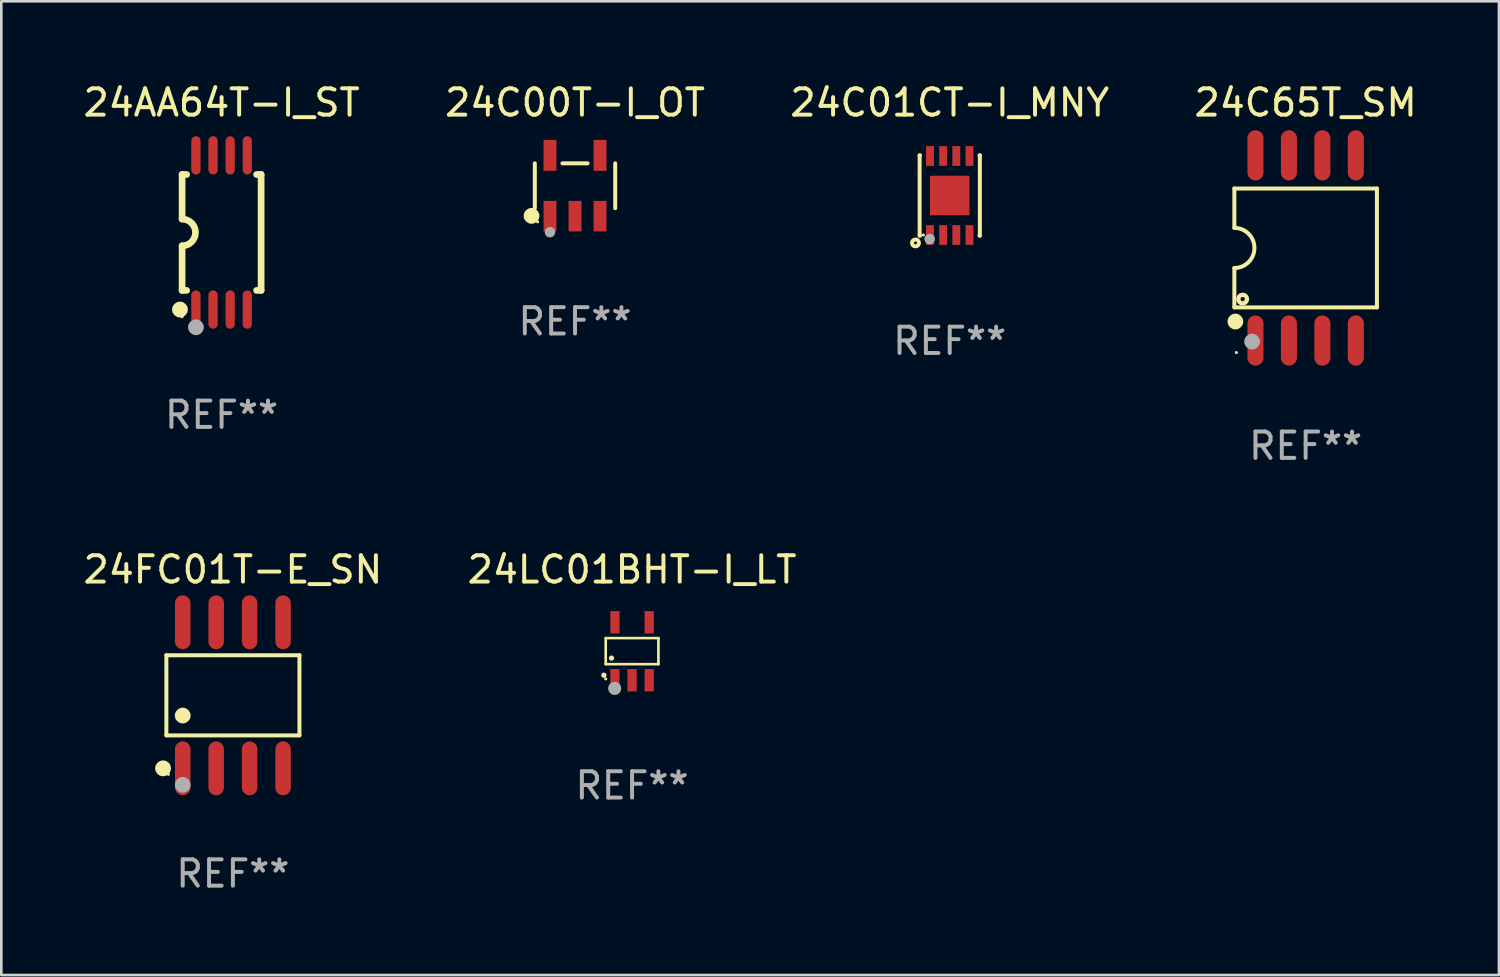
<source format=kicad_pcb>
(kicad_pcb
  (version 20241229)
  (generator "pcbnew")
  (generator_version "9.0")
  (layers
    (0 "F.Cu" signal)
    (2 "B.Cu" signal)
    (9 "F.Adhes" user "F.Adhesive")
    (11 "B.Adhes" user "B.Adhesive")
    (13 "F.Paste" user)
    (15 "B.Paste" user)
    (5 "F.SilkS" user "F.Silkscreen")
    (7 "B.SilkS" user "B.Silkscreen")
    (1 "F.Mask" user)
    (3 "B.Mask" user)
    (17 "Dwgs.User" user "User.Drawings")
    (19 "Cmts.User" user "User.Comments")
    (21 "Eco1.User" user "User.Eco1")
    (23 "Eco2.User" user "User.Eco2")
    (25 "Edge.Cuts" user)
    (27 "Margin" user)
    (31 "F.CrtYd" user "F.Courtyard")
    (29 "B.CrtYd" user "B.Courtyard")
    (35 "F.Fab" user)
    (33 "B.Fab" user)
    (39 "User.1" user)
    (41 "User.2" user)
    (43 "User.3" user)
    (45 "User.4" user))
  (footprint "24LC01BHT-I_LT"
    (layer "F.Cu")
    (at 20.946 21.675)
    (property "Reference" "24LC01BHT-I_LT" (at 0 -3.1 0) (layer "F.SilkS") (effects (font (size 1 1) (thickness 0.15))))
    (attr through_hole)
    (fp_line (start -1 -0.5) (end -1 0.49) (stroke (width 0.1) (type solid)) (layer "F.SilkS"))
    (fp_line (start -1 0.49) (end 1 0.49) (stroke (width 0.1) (type solid)) (layer "F.SilkS"))
    (fp_line (start 0.99 -0.5) (end -1 -0.5) (stroke (width 0.1) (type solid)) (layer "F.SilkS"))
    (fp_line (start 1 -0.49) (end 0.99 -0.5) (stroke (width 0.1) (type solid)) (layer "F.SilkS"))
    (fp_line (start 1 0.49) (end 1 -0.49) (stroke (width 0.1) (type solid)) (layer "F.SilkS"))
    (fp_circle (center -1.07 0.91) (end -1.02 0.91) (stroke (width 0.1) (type solid)) (fill no) (layer "F.SilkS"))
    (fp_circle (center -1 1.05) (end -0.97 1.05) (stroke (width 0.06) (type solid)) (fill no) (layer "F.SilkS"))
    (fp_circle (center -0.78 0.26) (end -0.73 0.26) (stroke (width 0.1) (type solid)) (fill no) (layer "F.SilkS"))
    (fp_circle (center -0.66 1.41) (end -0.535 1.41) (stroke (width 0.25) (type solid)) (fill no) (layer "F.Fab"))
    (fp_text user "REF**" (at 0 5.1 0) (layer "F.Fab") (effects (font (size 1 1) (thickness 0.15))))
    (pad "1" smd rect (at -0.65 1.1) (size 0.35 0.85) (layers "F.Cu" "F.Mask" "F.Paste"))
    (pad "2" smd rect (at 0.000051 1.1) (size 0.35 0.85) (layers "F.Cu" "F.Mask" "F.Paste"))
    (pad "3" smd rect (at 0.65 1.1) (size 0.35 0.85) (layers "F.Cu" "F.Mask" "F.Paste"))
    (pad "4" smd rect (at 0.65 -1.1) (size 0.35 0.85) (layers "F.Cu" "F.Mask" "F.Paste"))
    (pad "5" smd rect (at -0.65 -1.1) (size 0.35 0.85) (layers "F.Cu" "F.Mask" "F.Paste")))
  (footprint "24C01CT-I_MNY"
    (layer "F.Cu")
    (at 33.006 4.372)
    (property "Reference" "24C01CT-I_MNY" (at 0 -3.524 0) (layer "F.SilkS") (effects (font (size 1 1) (thickness 0.15))))
    (attr through_hole)
    (fp_line (start -1.143 -1.524) (end -1.143 1.524) (stroke (width 0.15) (type solid)) (layer "F.SilkS"))
    (fp_line (start -1.143 1.524) (end -1.129 1.524) (stroke (width 0.15) (type solid)) (layer "F.SilkS"))
    (fp_line (start -1.129 -1.524) (end -1.143 -1.524) (stroke (width 0.15) (type solid)) (layer "F.SilkS"))
    (fp_line (start 1.129 1.524) (end 1.143 1.524) (stroke (width 0.15) (type solid)) (layer "F.SilkS"))
    (fp_line (start 1.143 -1.524) (end 1.129 -1.524) (stroke (width 0.15) (type solid)) (layer "F.SilkS"))
    (fp_line (start 1.143 1.524) (end 1.143 -1.524) (stroke (width 0.15) (type solid)) (layer "F.SilkS"))
    (fp_circle (center -1.3 1.8) (end -1.243 1.8) (stroke (width 0.15) (type solid)) (fill no) (layer "F.SilkS"))
    (fp_circle (center -1 1.5) (end -0.97 1.5) (stroke (width 0.06) (type solid)) (fill no) (layer "F.SilkS"))
    (fp_circle (center -0.762 1.651) (end -0.662 1.651) (stroke (width 0.2) (type solid)) (fill no) (layer "F.Fab"))
    (fp_text user "REF**" (at 0 5.524 0) (layer "F.Fab") (effects (font (size 1 1) (thickness 0.15))))
    (pad "1" smd rect (at -0.75 1.5 90) (size 0.75 0.3) (layers "F.Cu" "F.Mask" "F.Paste"))
    (pad "2" smd rect (at -0.25 1.5 90) (size 0.75 0.3) (layers "F.Cu" "F.Mask" "F.Paste"))
    (pad "3" smd rect (at 0.25 1.5 90) (size 0.75 0.3) (layers "F.Cu" "F.Mask" "F.Paste"))
    (pad "4" smd rect (at 0.75 1.5 90) (size 0.75 0.3) (layers "F.Cu" "F.Mask" "F.Paste"))
    (pad "5" smd rect (at 0.75 -1.5 90) (size 0.75 0.3) (layers "F.Cu" "F.Mask" "F.Paste"))
    (pad "6" smd rect (at 0.25 -1.5 90) (size 0.75 0.3) (layers "F.Cu" "F.Mask" "F.Paste"))
    (pad "7" smd rect (at -0.25 -1.5 90) (size 0.75 0.3) (layers "F.Cu" "F.Mask" "F.Paste"))
    (pad "8" smd rect (at -0.75 -1.5 90) (size 0.75 0.3) (layers "F.Cu" "F.Mask" "F.Paste"))
    (pad "9" smd rect (at -0.000203 0.000457 90) (size 1.5 1.5) (layers "F.Cu" "F.Mask" "F.Paste")))
  (footprint "24C00T-I_OT"
    (layer "F.Cu")
    (at 18.78 4.002)
    (property "Reference" "24C00T-I_OT" (at 0 -3.154 0) (layer "F.SilkS") (effects (font (size 1 1) (thickness 0.15))))
    (attr through_hole)
    (fp_line (start -1.526 0.851) (end -1.526 -0.851) (stroke (width 0.152) (type solid)) (layer "F.SilkS"))
    (fp_line (start 0.476 -0.851) (end -0.476 -0.851) (stroke (width 0.152) (type solid)) (layer "F.SilkS"))
    (fp_line (start 1.526 0.851) (end 1.526 -0.851) (stroke (width 0.152) (type solid)) (layer "F.SilkS"))
    (fp_circle (center -1.651 1.143) (end -1.501 1.143) (stroke (width 0.3) (type solid)) (fill no) (layer "F.SilkS"))
    (fp_circle (center -1.42 1.37) (end -1.39 1.37) (stroke (width 0.06) (type solid)) (fill no) (layer "F.SilkS"))
    (fp_circle (center -0.95 1.763) (end -0.85 1.763) (stroke (width 0.2) (type solid)) (fill no) (layer "F.Fab"))
    (fp_text user "REF**" (at 0 5.154 0) (layer "F.Fab") (effects (font (size 1 1) (thickness 0.15))))
    (pad "1" smd rect (at -0.95 1.154) (size 0.49 1.157) (layers "F.Cu" "F.Mask" "F.Paste"))
    (pad "2" smd rect (at 0 1.154) (size 0.49 1.157) (layers "F.Cu" "F.Mask" "F.Paste"))
    (pad "3" smd rect (at 0.95 1.154) (size 0.49 1.157) (layers "F.Cu" "F.Mask" "F.Paste"))
    (pad "4" smd rect (at 0.95 -1.154) (size 0.49 1.175) (layers "F.Cu" "F.Mask" "F.Paste"))
    (pad "5" smd rect (at -0.95 -1.154) (size 0.49 1.175) (layers "F.Cu" "F.Mask" "F.Paste")))
  (footprint "24C65T_SM"
    (layer "F.Cu")
    (at 46.518 6.363)
    (property "Reference" "24C65T_SM" (at 0 -5.515 0) (layer "F.SilkS") (effects (font (size 1 1) (thickness 0.15))))
    (attr through_hole)
    (fp_line (start -2.706 -2.256) (end 2.706 -2.256) (stroke (width 0.152) (type solid)) (layer "F.SilkS"))
    (fp_line (start -2.706 -0.762) (end -2.706 -2.256) (stroke (width 0.152) (type solid)) (layer "F.SilkS"))
    (fp_line (start -2.706 0.762) (end -2.706 2.256) (stroke (width 0.152) (type solid)) (layer "F.SilkS"))
    (fp_line (start 2.706 -2.256) (end 2.706 2.256) (stroke (width 0.152) (type solid)) (layer "F.SilkS"))
    (fp_line (start 2.706 2.256) (end -2.706 2.256) (stroke (width 0.152) (type solid)) (layer "F.SilkS"))
    (fp_arc (start -2.706198 -0.762002) (mid -1.944196 0) (end -2.706198 0.762002) (stroke (width 0.151994) (type solid)) (layer "F.SilkS"))
    (fp_circle (center -2.667 2.794) (end -2.517 2.794) (stroke (width 0.3) (type solid)) (fill no) (layer "F.SilkS"))
    (fp_circle (center -2.63 3.97) (end -2.6 3.97) (stroke (width 0.06) (type solid)) (fill no) (layer "F.SilkS"))
    (fp_circle (center -2.391 1.942) (end -2.31 1.942) (stroke (width 0.163) (type solid)) (fill no) (layer "F.SilkS"))
    (fp_circle (center -2.032 3.556) (end -1.882 3.556) (stroke (width 0.3) (type solid)) (fill no) (layer "F.Fab"))
    (fp_text user "REF**" (at 0 7.515 0) (layer "F.Fab") (effects (font (size 1 1) (thickness 0.15))))
    (pad "1" smd oval (at -1.905 3.515) (size 0.609 1.907) (layers "F.Cu" "F.Mask" "F.Paste"))
    (pad "2" smd oval (at -0.635 3.515) (size 0.609 1.907) (layers "F.Cu" "F.Mask" "F.Paste"))
    (pad "3" smd oval (at 0.635 3.515) (size 0.609 1.907) (layers "F.Cu" "F.Mask" "F.Paste"))
    (pad "4" smd oval (at 1.905 3.515) (size 0.609 1.907) (layers "F.Cu" "F.Mask" "F.Paste"))
    (pad "5" smd oval (at 1.905 -3.515) (size 0.609 1.907) (layers "F.Cu" "F.Mask" "F.Paste"))
    (pad "6" smd oval (at 0.635 -3.515) (size 0.609 1.907) (layers "F.Cu" "F.Mask" "F.Paste"))
    (pad "7" smd oval (at -0.635 -3.515) (size 0.609 1.907) (layers "F.Cu" "F.Mask" "F.Paste"))
    (pad "8" smd oval (at -1.905 -3.515) (size 0.609 1.907) (layers "F.Cu" "F.Mask" "F.Paste")))
  (footprint "24FC01T-E_SN"
    (layer "F.Cu")
    (at 5.792 23.347)
    (property "Reference" "24FC01T-E_SN" (at 0 -4.772 0) (layer "F.SilkS") (effects (font (size 1 1) (thickness 0.15))))
    (attr through_hole)
    (fp_line (start -2.526 -1.521) (end 2.526 -1.521) (stroke (width 0.152) (type solid)) (layer "F.SilkS"))
    (fp_line (start -2.526 1.521) (end -2.526 -1.521) (stroke (width 0.152) (type solid)) (layer "F.SilkS"))
    (fp_line (start 2.526 -1.521) (end 2.526 1.521) (stroke (width 0.152) (type solid)) (layer "F.SilkS"))
    (fp_line (start 2.526 1.521) (end -2.526 1.521) (stroke (width 0.152) (type solid)) (layer "F.SilkS"))
    (fp_circle (center -2.652 2.772) (end -2.501 2.772) (stroke (width 0.3) (type solid)) (fill no) (layer "F.SilkS"))
    (fp_circle (center -2.45 3) (end -2.42 3) (stroke (width 0.06) (type solid)) (fill no) (layer "F.SilkS"))
    (fp_circle (center -1.905 0.769) (end -1.755 0.769) (stroke (width 0.3) (type solid)) (fill no) (layer "F.SilkS"))
    (fp_circle (center -1.905 3.4) (end -1.755 3.4) (stroke (width 0.3) (type solid)) (fill no) (layer "F.Fab"))
    (fp_text user "REF**" (at 0 6.772 0) (layer "F.Fab") (effects (font (size 1 1) (thickness 0.15))))
    (pad "1" smd oval (at -1.905 2.772) (size 0.588 2.045) (layers "F.Cu" "F.Mask" "F.Paste"))
    (pad "2" smd oval (at -0.635 2.772) (size 0.588 2.045) (layers "F.Cu" "F.Mask" "F.Paste"))
    (pad "3" smd oval (at 0.635 2.772) (size 0.588 2.045) (layers "F.Cu" "F.Mask" "F.Paste"))
    (pad "4" smd oval (at 1.905 2.772) (size 0.588 2.045) (layers "F.Cu" "F.Mask" "F.Paste"))
    (pad "5" smd oval (at 1.905 -2.772) (size 0.588 2.045) (layers "F.Cu" "F.Mask" "F.Paste"))
    (pad "6" smd oval (at 0.635 -2.772) (size 0.588 2.045) (layers "F.Cu" "F.Mask" "F.Paste"))
    (pad "7" smd oval (at -0.635 -2.772) (size 0.588 2.045) (layers "F.Cu" "F.Mask" "F.Paste"))
    (pad "8" smd oval (at -1.905 -2.772) (size 0.588 2.045) (layers "F.Cu" "F.Mask" "F.Paste")))
  (footprint "24AA64T-I_ST"
    (layer "F.Cu")
    (at 5.363 5.775)
    (property "Reference" "24AA64T-I_ST" (at 0 -4.927 0) (layer "F.SilkS") (effects (font (size 1 1) (thickness 0.15))))
    (attr through_hole)
    (fp_line (start -1.5 -2.2) (end -1.5 -0.508) (stroke (width 0.254) (type solid)) (layer "F.SilkS"))
    (fp_line (start -1.5 -2.2) (end -1.328 -2.2) (stroke (width 0.254) (type solid)) (layer "F.SilkS"))
    (fp_line (start -1.5 2.2) (end -1.5 0.508) (stroke (width 0.254) (type solid)) (layer "F.SilkS"))
    (fp_line (start -1.5 2.2) (end -1.328 2.2) (stroke (width 0.254) (type solid)) (layer "F.SilkS"))
    (fp_line (start 1.328 -2.2) (end 1.5 -2.2) (stroke (width 0.254) (type solid)) (layer "F.SilkS"))
    (fp_line (start 1.328 2.2) (end 1.5 2.2) (stroke (width 0.254) (type solid)) (layer "F.SilkS"))
    (fp_line (start 1.5 -2.2) (end 1.5 2.2) (stroke (width 0.254) (type solid)) (layer "F.SilkS"))
    (fp_arc (start -1.501144 -0.508) (mid -0.993143 -0.000571) (end -1.5 0.508001) (stroke (width 0.254001) (type solid)) (layer "F.SilkS"))
    (fp_circle (center -1.581 2.927) (end -1.431 2.927) (stroke (width 0.3) (type solid)) (fill no) (layer "F.SilkS"))
    (fp_circle (center -1.5 3.2) (end -1.47 3.2) (stroke (width 0.06) (type solid)) (fill no) (layer "F.SilkS"))
    (fp_circle (center -0.975 3.6) (end -0.825 3.6) (stroke (width 0.3) (type solid)) (fill no) (layer "F.Fab"))
    (fp_text user "REF**" (at 0 6.927 0) (layer "F.Fab") (effects (font (size 1 1) (thickness 0.15))))
    (pad "1" smd oval (at -0.975 2.927) (size 0.353 1.454) (layers "F.Cu" "F.Mask" "F.Paste"))
    (pad "2" smd oval (at -0.325 2.927) (size 0.353 1.454) (layers "F.Cu" "F.Mask" "F.Paste"))
    (pad "3" smd oval (at 0.325 2.927) (size 0.353 1.454) (layers "F.Cu" "F.Mask" "F.Paste"))
    (pad "4" smd oval (at 0.975 2.927) (size 0.353 1.454) (layers "F.Cu" "F.Mask" "F.Paste"))
    (pad "5" smd oval (at 0.975 -2.927) (size 0.353 1.454) (layers "F.Cu" "F.Mask" "F.Paste"))
    (pad "6" smd oval (at 0.325 -2.927) (size 0.353 1.454) (layers "F.Cu" "F.Mask" "F.Paste"))
    (pad "7" smd oval (at -0.325 -2.927) (size 0.353 1.454) (layers "F.Cu" "F.Mask" "F.Paste"))
    (pad "8" smd oval (at -0.975 -2.927) (size 0.353 1.454) (layers "F.Cu" "F.Mask" "F.Paste")))
  (gr_rect
    (start -3 -3)
    (end 53.857 33.968)
    (stroke (width 0.1) (type default))
    (fill no)
    (layer "Edge.Cuts")))
</source>
